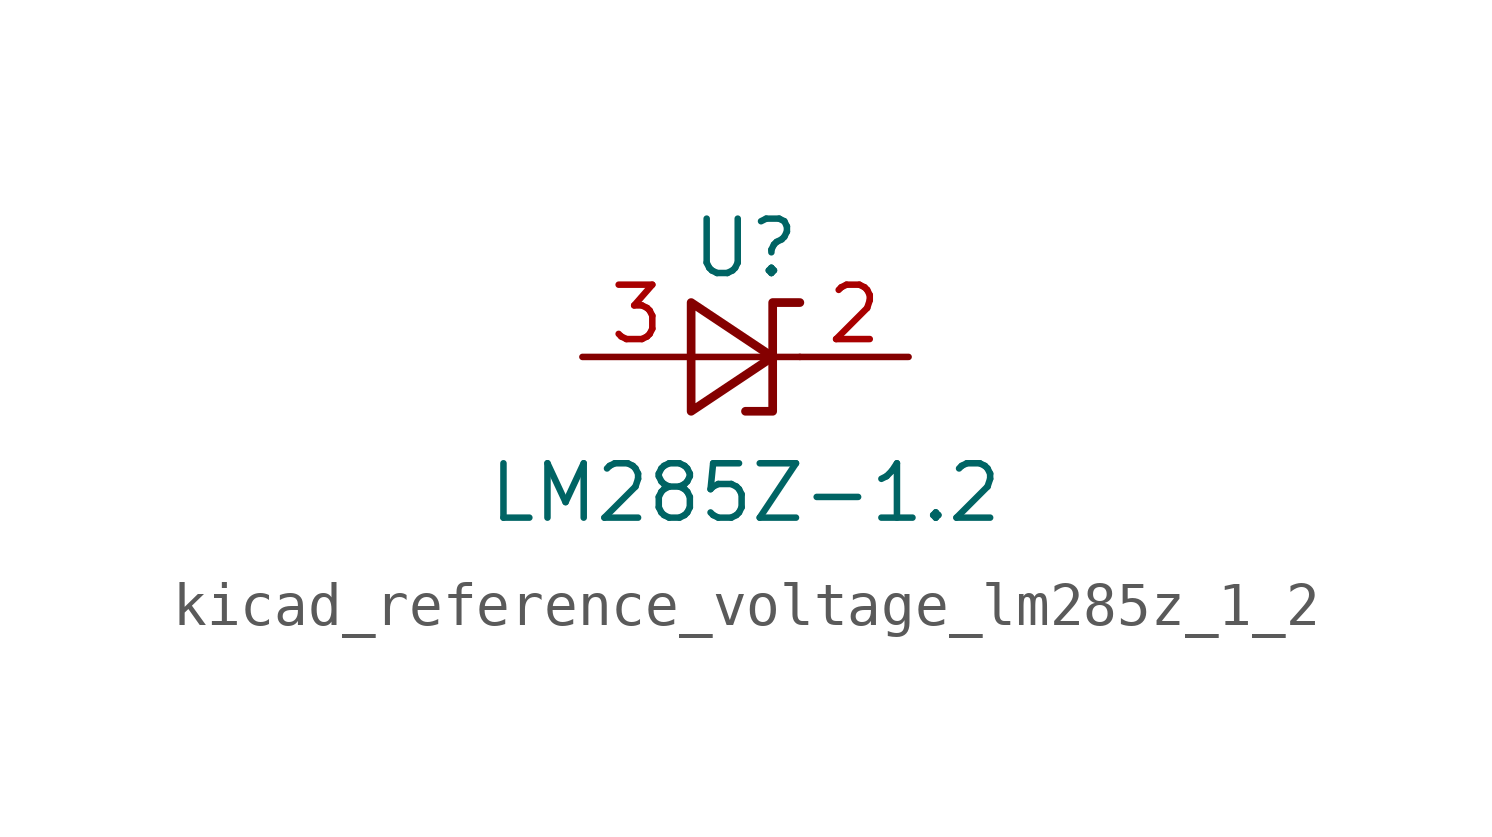
<source format=kicad_sym>
(kicad_symbol_lib
  (version 20220914)
  (generator kicad_symbol_editor)
  (symbol "kicad_reference_voltage_lm285z_1_2"
    (pin_names
      (offset 0.025) hide)
    (property "Reference" "U"
      (at 0 2.54 0)
      (effects (font (size 1.27 1.27))))
    (property "Value" "LM285Z-1.2"
      (at 0 -3.175 0)
      (effects (font (size 1.27 1.27))))
    (symbol "kicad_reference_voltage_lm285z_1_2_0_1"
      (polyline (pts (xy -1.27 0) (xy 0 0) (xy 1.27 0)) (stroke (width 0) (type default)) (fill (type none)))
      (polyline (pts (xy -1.27 -1.27) (xy 0.635 0) (xy -1.27 1.27) (xy -1.27 -1.27)) (stroke (width 0.203) (type default)) (fill (type none)))
      (polyline (pts (xy 0 -1.27) (xy 0.635 -1.27) (xy 0.635 1.27) (xy 1.27 1.27)) (stroke (width 0.203) (type default)) (fill (type none))))
    (symbol "kicad_reference_voltage_lm285z_1_2_1_1"
      (pin passive line (at 3.81 0 180) (length 2.54) (name "K" (effects (font (size 1.27 1.27)))) (number "2" (effects (font (size 1.27 1.27)))))
      (pin passive line (at -3.81 0 0) (length 2.54) (name "A" (effects (font (size 1.27 1.27)))) (number "3" (effects (font (size 1.27 1.27))))))))
</source>
